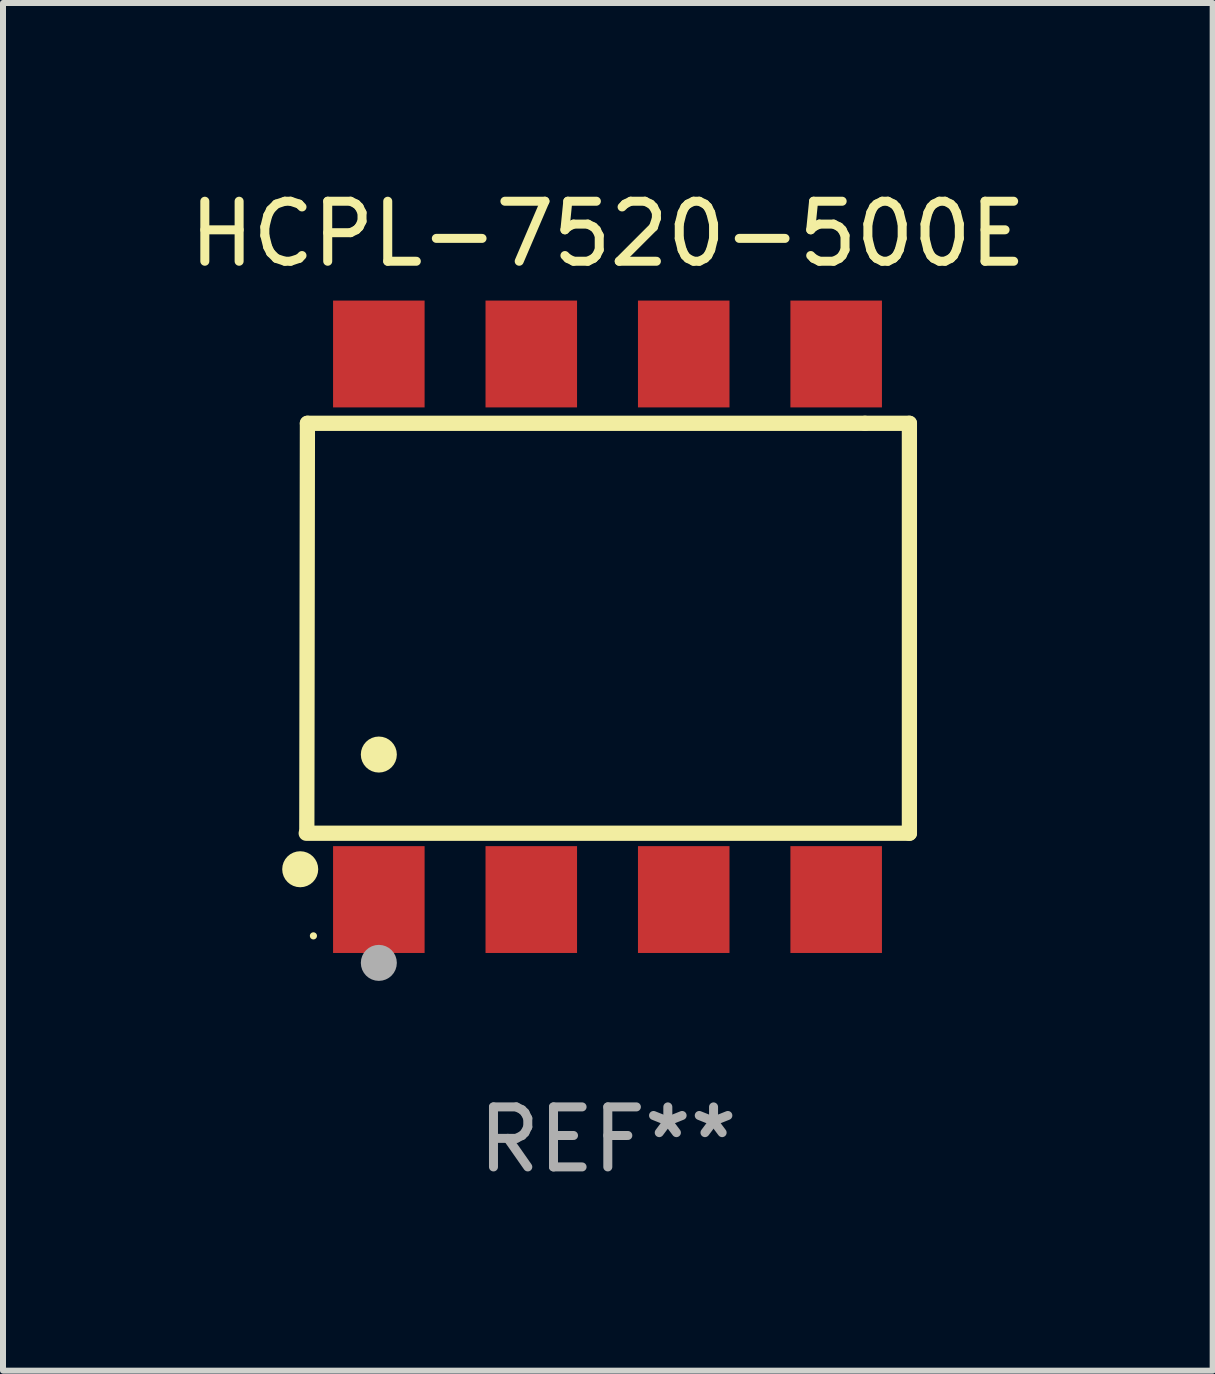
<source format=kicad_pcb>
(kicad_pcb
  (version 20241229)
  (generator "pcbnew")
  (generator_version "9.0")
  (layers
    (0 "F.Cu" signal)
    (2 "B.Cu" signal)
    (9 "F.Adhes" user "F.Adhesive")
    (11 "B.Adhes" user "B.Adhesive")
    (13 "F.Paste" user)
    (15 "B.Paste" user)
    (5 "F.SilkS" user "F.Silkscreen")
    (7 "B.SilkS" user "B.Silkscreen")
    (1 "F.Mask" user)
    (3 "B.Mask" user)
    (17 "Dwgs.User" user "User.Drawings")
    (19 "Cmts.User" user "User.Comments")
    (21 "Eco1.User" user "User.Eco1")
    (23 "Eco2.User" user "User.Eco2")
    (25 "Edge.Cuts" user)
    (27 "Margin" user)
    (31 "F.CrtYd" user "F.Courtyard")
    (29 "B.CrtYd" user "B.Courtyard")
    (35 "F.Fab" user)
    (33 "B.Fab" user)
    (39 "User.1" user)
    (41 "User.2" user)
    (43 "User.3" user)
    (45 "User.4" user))
  (footprint "HCPL-7520-500E"
    (layer "F.Cu")
    (at 7.077 7.393)
    (property "Reference" "HCPL-7520-500E" (at 0 -6.545 0) (layer "F.SilkS") (effects (font (size 1 1) (thickness 0.15))))
    (attr through_hole)
    (fp_line (start -5.005 -3.39) (end -5.015 3.42) (stroke (width 0.254) (type solid)) (layer "F.SilkS"))
    (fp_line (start 4.285 -3.39) (end -5.005 -3.39) (stroke (width 0.254) (type solid)) (layer "F.SilkS"))
    (fp_line (start 4.285 -3.39) (end 5.025 -3.39) (stroke (width 0.254) (type solid)) (layer "F.SilkS"))
    (fp_line (start 5.025 -3.39) (end 5.025 3.44) (stroke (width 0.254) (type solid)) (layer "F.SilkS"))
    (fp_line (start 5.025 3.44) (end -5.025 3.44) (stroke (width 0.254) (type solid)) (layer "F.SilkS"))
    (fp_circle (center -5.125 4.04) (end -4.975 4.04) (stroke (width 0.3) (type solid)) (fill no) (layer "F.SilkS"))
    (fp_circle (center -4.905 5.15) (end -4.875 5.15) (stroke (width 0.06) (type solid)) (fill no) (layer "F.SilkS"))
    (fp_circle (center -3.815 2.129) (end -3.665 2.129) (stroke (width 0.3) (type solid)) (fill no) (layer "F.SilkS"))
    (fp_circle (center -3.815 5.6) (end -3.665 5.6) (stroke (width 0.3) (type solid)) (fill no) (layer "F.Fab"))
    (fp_text user "REF**" (at 0 8.545 0) (layer "F.Fab") (effects (font (size 1 1) (thickness 0.15))))
    (pad "1" smd rect (at -3.815 4.545) (size 1.525 1.78) (layers "F.Cu" "F.Mask" "F.Paste"))
    (pad "2" smd rect (at -1.275 4.545) (size 1.525 1.78) (layers "F.Cu" "F.Mask" "F.Paste"))
    (pad "3" smd rect (at 1.265 4.545) (size 1.525 1.78) (layers "F.Cu" "F.Mask" "F.Paste"))
    (pad "4" smd rect (at 3.805 4.545) (size 1.525 1.78) (layers "F.Cu" "F.Mask" "F.Paste"))
    (pad "5" smd rect (at 3.805 -4.545) (size 1.525 1.78) (layers "F.Cu" "F.Mask" "F.Paste"))
    (pad "6" smd rect (at 1.265 -4.545) (size 1.525 1.78) (layers "F.Cu" "F.Mask" "F.Paste"))
    (pad "7" smd rect (at -1.275 -4.545) (size 1.525 1.78) (layers "F.Cu" "F.Mask" "F.Paste"))
    (pad "8" smd rect (at -3.815 -4.545) (size 1.525 1.78) (layers "F.Cu" "F.Mask" "F.Paste")))
  (gr_rect
    (start -3 -3)
    (end 17.155 19.787)
    (stroke (width 0.1) (type default))
    (fill no)
    (layer "Edge.Cuts")))
</source>
